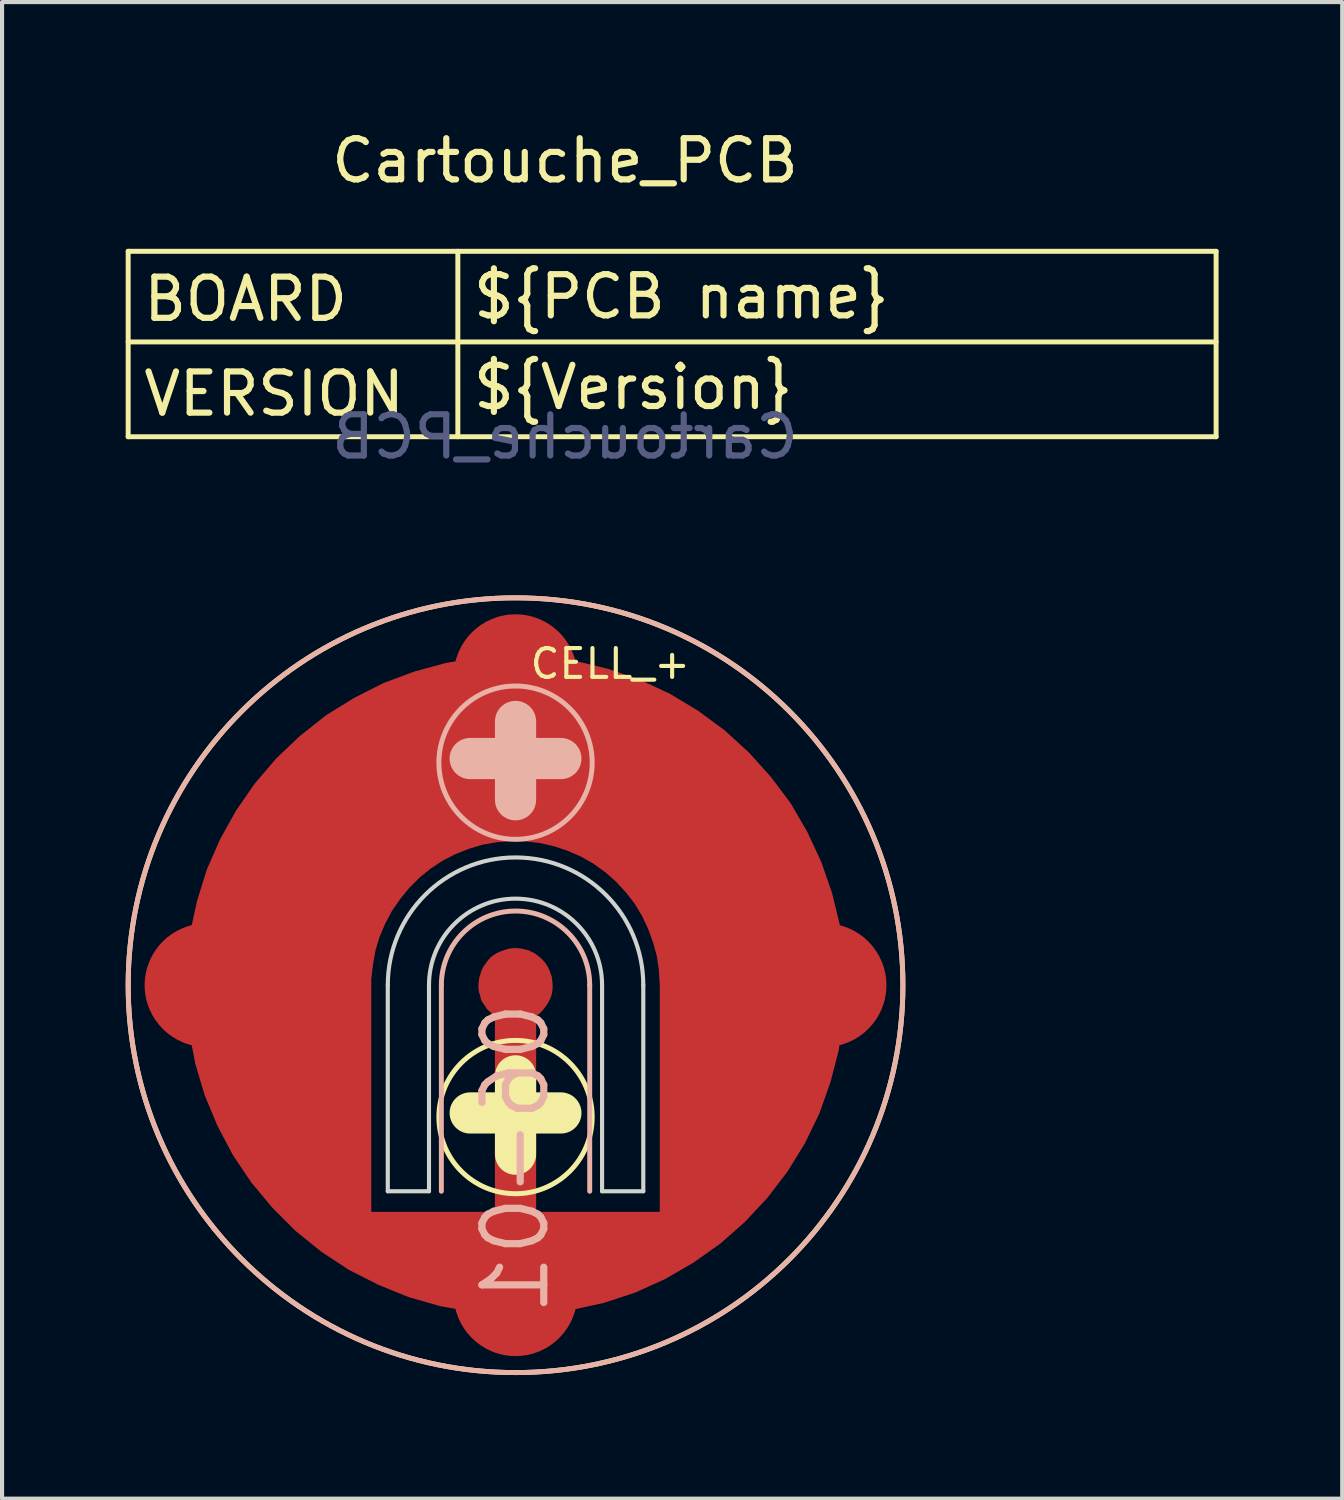
<source format=kicad_pcb>
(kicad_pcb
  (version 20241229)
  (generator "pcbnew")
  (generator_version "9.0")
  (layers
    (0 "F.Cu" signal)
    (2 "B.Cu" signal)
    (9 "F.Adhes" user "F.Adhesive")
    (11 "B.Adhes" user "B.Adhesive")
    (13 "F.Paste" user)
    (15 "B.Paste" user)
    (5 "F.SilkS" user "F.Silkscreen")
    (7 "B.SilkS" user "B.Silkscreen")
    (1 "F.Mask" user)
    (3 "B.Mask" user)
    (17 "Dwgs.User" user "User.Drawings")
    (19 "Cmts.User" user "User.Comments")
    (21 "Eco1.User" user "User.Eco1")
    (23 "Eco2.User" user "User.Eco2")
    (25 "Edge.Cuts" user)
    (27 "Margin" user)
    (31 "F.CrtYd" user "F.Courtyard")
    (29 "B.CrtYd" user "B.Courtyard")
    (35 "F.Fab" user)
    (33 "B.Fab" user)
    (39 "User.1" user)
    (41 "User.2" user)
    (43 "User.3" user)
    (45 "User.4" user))
  (footprint "Cartouche_PCB"
    (layer "F.Cu")
    (at 10.66 7.548)
    (property "Reference" "Cartouche_PCB" (at 0 -6.7 0) (unlocked yes) (layer "F.SilkS") (effects (font (size 1 1) (thickness 0.15))))
    (attr smd)
    (fp_line (start -10.6 0) (end -10.6 -4.5) (stroke (width 0.12) (type solid)) (layer "F.SilkS"))
    (fp_line (start -2.6 0) (end -2.6 -4.5) (stroke (width 0.12) (type solid)) (layer "F.SilkS"))
    (fp_line (start 15.8 -4.5) (end -10.6 -4.5) (stroke (width 0.12) (type solid)) (layer "F.SilkS"))
    (fp_line (start 15.8 -2.3) (end -10.6 -2.3) (stroke (width 0.12) (type solid)) (layer "F.SilkS"))
    (fp_line (start 15.8 0) (end -10.6 0) (stroke (width 0.12) (type solid)) (layer "F.SilkS"))
    (fp_line (start 15.8 0) (end 15.8 -4.5) (stroke (width 0.12) (type solid)) (layer "F.SilkS"))
    (fp_text user "VERSION" (at -10.3 -1.04 0) (unlocked yes) (layer "F.SilkS") (effects (font (size 1 1) (thickness 0.15)) (justify left)))
    (fp_text user "${Version}" (at -2.3 -1.2 0) (unlocked yes) (layer "F.SilkS") (effects (font (size 1 1) (thickness 0.15)) (justify left)))
    (fp_text user "BOARD" (at -10.3 -3.34 0) (unlocked yes) (layer "F.SilkS") (effects (font (size 1 1) (thickness 0.15)) (justify left)))
    (fp_text user "${PCB name}" (at -2.3 -3.4 0) (unlocked yes) (layer "F.SilkS") (effects (font (size 1 1) (thickness 0.15)) (justify left)))
    (fp_text user "${REFERENCE}" (at 0 0 0) (unlocked yes) (layer "B.Fab") (effects (font (size 1 1) (thickness 0.15)) (justify mirror))))
  (footprint "CELL_+"
    (layer "F.Cu")
    (at 9.46 20.857)
    (property "Reference" "CELL_+" (at 2.3 -7.8 0) (layer "F.SilkS") (effects (font (size 0.7 0.7) (thickness 0.1))))
    (property "Number" "06-01" (at 0 0 0) (layer "F.Fab") (hide yes) (effects (font (size 1.27 1.27) (thickness 0.15))))
    (attr through_hole)
    (fp_line (start -1.1 3.1) (end 1.1 3.1) (stroke (width 1) (type solid)) (layer "F.SilkS"))
    (fp_line (start 0 2.2) (end 0 4.1) (stroke (width 1) (type solid)) (layer "F.SilkS"))
    (fp_circle (center 0 0) (end 9.4 0) (stroke (width 0.12) (type solid)) (fill no) (layer "F.SilkS"))
    (fp_circle (center 0 3.2) (end -1.5 2.1) (stroke (width 0.12) (type solid)) (fill no) (layer "F.SilkS"))
    (fp_line (start -1.8 0) (end -1.8 5) (stroke (width 0.12) (type solid)) (layer "B.SilkS"))
    (fp_line (start -1.1 -5.5) (end 1.1 -5.5) (stroke (width 1) (type solid)) (layer "B.SilkS"))
    (fp_line (start 0 -6.4) (end 0 -4.5) (stroke (width 1) (type solid)) (layer "B.SilkS"))
    (fp_line (start 1.8 0) (end 1.8 5) (stroke (width 0.12) (type solid)) (layer "B.SilkS"))
    (fp_arc (start -1.8 0) (mid 0 -1.8) (end 1.8 0) (stroke (width 0.12) (type solid)) (layer "B.SilkS"))
    (fp_circle (center 0 -5.4) (end 1.86 -5.4) (stroke (width 0.12) (type solid)) (fill no) (layer "B.SilkS"))
    (fp_circle (center 0 0) (end 9.4 0) (stroke (width 0.12) (type solid)) (fill no) (layer "B.SilkS"))
    (fp_line (start -3.1 0) (end -3.1 5) (stroke (width 0.1) (type solid)) (layer "Edge.Cuts"))
    (fp_line (start -3.1 5) (end -2.1 5) (stroke (width 0.1) (type solid)) (layer "Edge.Cuts"))
    (fp_line (start -2.1 5) (end -2.1 0) (stroke (width 0.1) (type solid)) (layer "Edge.Cuts"))
    (fp_line (start 2.1 0) (end 2.1 5) (stroke (width 0.1) (type solid)) (layer "Edge.Cuts"))
    (fp_line (start 2.1 5) (end 3.1 5) (stroke (width 0.1) (type solid)) (layer "Edge.Cuts"))
    (fp_line (start 3.1 5) (end 3.1 0) (stroke (width 0.1) (type solid)) (layer "Edge.Cuts"))
    (fp_arc (start -3.1 0) (mid 0 -3.1) (end 3.1 0) (stroke (width 0.1) (type solid)) (layer "Edge.Cuts"))
    (fp_arc (start -2.1 0) (mid 0 -2.1) (end 2.1 0) (stroke (width 0.1) (type solid)) (layer "Edge.Cuts"))
    (fp_text user "${Number}" (at 0 4.2 90) (layer "B.SilkS") (effects (font (size 1.5 1.5) (thickness 0.175)) (justify mirror)))
    (pad "" smd circle (at 0 0) (size 1.8 1.8) (layers "F.Mask"))
    (pad "" smd circle (at 0 0) (size 4 4) (layers "F.Paste"))
    (pad "1" smd circle (at -7.5 0) (size 3 3) (layers "F.Cu"))
    (pad "1" smd circle (at 0 -7.5) (size 3 3) (layers "F.Cu"))
    (pad "1" smd custom (at 0 0) (size 1 1) (layers "F.Cu") (options (anchor circle)) (primitives (gr_poly (pts (xy -6.41 4.79) (xy -6.86 4.12) (xy -7.23 3.42) (xy -7.54 2.68) (xy -7.77 1.91) (xy -7.92 1.13) (xy -7.99 0.33) (xy -7.99 -0.47) (xy -7.9 -1.26) (xy -7.73 -2.04) (xy -7.49 -2.81) (xy -7.17 -3.54) (xy -6.78 -4.24) (xy -6.33 -4.89) (xy -5.81 -5.5) (xy -5.23 -6.05) (xy -4.6 -6.55) (xy -3.92 -6.97) (xy -3.21 -7.33) (xy -2.46 -7.61) (xy -1.69 -7.82) (xy -0.9 -7.95) (xy -0.1 -8) (xy 0.7 -7.97) (xy 1.49 -7.86) (xy 2.27 -7.67) (xy 3.02 -7.41) (xy 3.75 -7.07) (xy 4.43 -6.66) (xy 5.08 -6.18) (xy 5.67 -5.64) (xy 6.2 -5.05) (xy 6.68 -4.41) (xy 7.08 -3.72) (xy 7.42 -2.99) (xy 7.68 -2.24) (xy 7.87 -1.46) (xy 7.97 -0.66) (xy 7.995 0) (xy 8 0) (xy 7.997 0.056) (xy 8 0.13) (xy 7.994 0.13) (xy 7.96 0.8) (xy 7.84 1.59) (xy 7.64 2.36) (xy 7.37 3.12) (xy 7.02 3.84) (xy 6.6 4.52) (xy 6.12 5.15) (xy 5.57 5.74) (xy 4.97 6.27) (xy 4.32 6.73) (xy 3.63 7.13) (xy 2.9 7.46) (xy 2.14 7.71) (xy 1.36 7.88) (xy 0.57 7.98) (xy -0.23 8) (xy -1.03 7.93) (xy -1.82 7.79) (xy -2.59 7.57) (xy -3.33 7.27) (xy -4.04 6.91) (xy -4.71 6.47) (xy -5.33 5.97) (xy -5.8 5.5) (xy -3.5 5.5) (xy -0.5 5.5) (xy -0.5 0.75) (xy -0.64 0.63) (xy -0.7 0.57) (xy -0.75 0.49) (xy -0.8 0.42) (xy -0.84 0.34) (xy -0.86 0.25) (xy -0.89 0.16) (xy -0.9 0.07) (xy -0.9 -0.02) (xy -0.89 -0.11) (xy -0.88 -0.19) (xy -0.82 -0.37) (xy -0.78 -0.45) (xy -0.68 -0.59) (xy -0.62 -0.66) (xy -0.55 -0.72) (xy -0.47 -0.77) (xy -0.39 -0.81) (xy -0.31 -0.84) (xy -0.22 -0.87) (xy -0.14 -0.89) (xy -0.05 -0.9) (xy 0.04 -0.9) (xy 0.13 -0.89) (xy 0.31 -0.85) (xy 0.47 -0.77) (xy 0.54 -0.72) (xy 0.61 -0.66) (xy 0.67 -0.6) (xy 0.73 -0.53) (xy 0.78 -0.45) (xy 0.82 -0.37) (xy 0.85 -0.29) (xy 0.88 -0.2) (xy 0.9 -0.02) (xy 0.9 0.07) (xy 0.89 0.16) (xy 0.87 0.25) (xy 0.84 0.33) (xy 0.8 0.41) (xy 0.75 0.49) (xy 0.7 0.56) (xy 0.64 0.63) (xy 0.58 0.69) (xy 0.5 0.75) (xy 0.5 5.5) (xy 3.5 5.5) (xy 3.5 0) (xy 3.48 -0.35) (xy 3.43 -0.7) (xy 3.34 -1.03) (xy 3.22 -1.36) (xy 3.07 -1.68) (xy 2.89 -1.98) (xy 2.68 -2.25) (xy 2.44 -2.51) (xy 2.18 -2.74) (xy 1.89 -2.95) (xy 1.59 -3.12) (xy 1.27 -3.26) (xy 0.94 -3.37) (xy 0.59 -3.45) (xy 0.25 -3.49) (xy -0.1 -3.5) (xy -0.45 -3.47) (xy -0.8 -3.41) (xy -1.13 -3.31) (xy -1.46 -3.18) (xy -1.77 -3.02) (xy -2.06 -2.83) (xy -2.33 -2.61) (xy -2.58 -2.36) (xy -2.8 -2.09) (xy -3 -1.8) (xy -3.16 -1.5) (xy -3.3 -1.17) (xy -3.4 -0.84) (xy -3.46 -0.49) (xy -3.5 -0.15) (xy -3.5 5.5) (xy -5.8 5.5) (xy -5.9 5.4)) (width 0) (fill yes))))
    (pad "1" smd circle (at 0 7.5) (size 3 3) (layers "F.Cu"))
    (pad "1" smd circle (at 7.5 0) (size 3 3) (layers "F.Cu"))
    (zone (net_name "") (layers "F.Cu" "B.Cu") (hatch edge 0.508) (connect_pads) (min_thickness 0.254) (filled_areas_thickness no) (keepout (tracks not_allowed) (vias not_allowed) (pads allowed) (copperpour not_allowed) (footprints allowed)) (placement (enabled no)) (fill) (polygon (pts (xy 11.56 20.657) (xy 11.46 20.056) (xy 11.16 19.556) (xy 10.66 19.056) (xy 10.26 18.857) (xy 9.56 18.756) (xy 9.5 19.956) (xy 9.68 19.986) (xy 9.85 20.047) (xy 10 20.137) (xy 10.13 20.256) (xy 10.215 20.366) (xy 10.28 20.486) (xy 10.34 20.657) (xy 10.36 20.837) (xy 10.355 20.971) (xy 10.33 21.107) (xy 10.28 21.227) (xy 10.21 21.346) (xy 10.1 21.486) (xy 9.96 21.607) (xy 8.96 21.607) (xy 8.82 21.486) (xy 8.71 21.346) (xy 8.62 21.197) (xy 8.565 20.971) (xy 8.57 20.747) (xy 8.61 20.576) (xy 8.68 20.407) (xy 8.78 20.267) (xy 8.91 20.137) (xy 9.07 20.047) (xy 9.24 19.986) (xy 9.41 19.956) (xy 9.36 18.756) (xy 9.06 18.756) (xy 8.66 18.857) (xy 8.16 19.157) (xy 7.76 19.556) (xy 7.56 19.956) (xy 7.36 20.456) (xy 7.36 20.857) (xy 7.36 21.357) (xy 7.36 26.357) (xy 11.56 26.357) (xy 11.56 21.357)))))
  (gr_rect
    (start -3 -3)
    (end 29.52 33.316)
    (stroke (width 0.1) (type default))
    (fill no)
    (layer "Edge.Cuts")))
</source>
